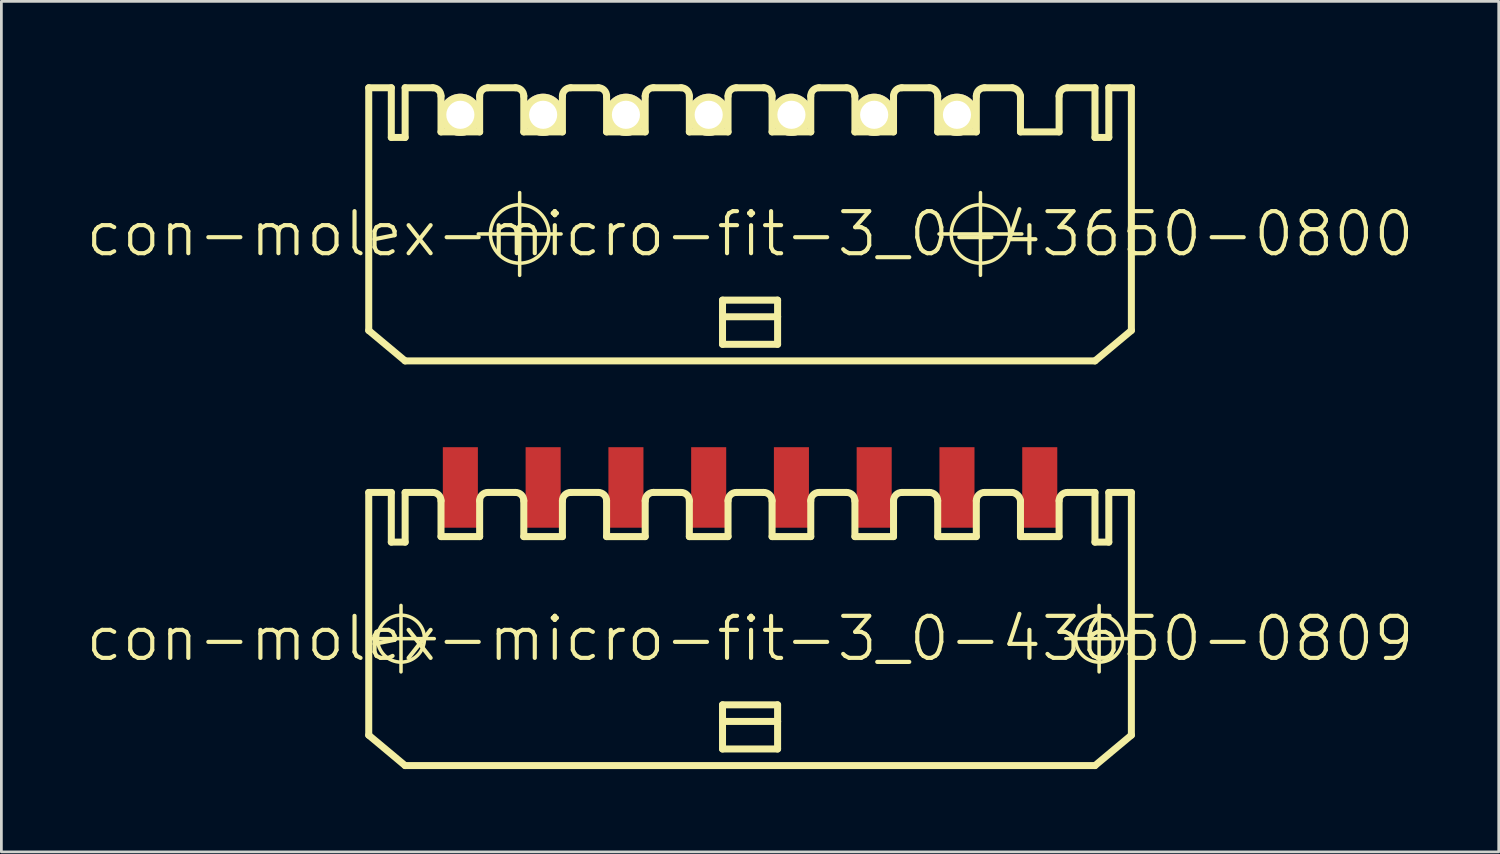
<source format=kicad_pcb>
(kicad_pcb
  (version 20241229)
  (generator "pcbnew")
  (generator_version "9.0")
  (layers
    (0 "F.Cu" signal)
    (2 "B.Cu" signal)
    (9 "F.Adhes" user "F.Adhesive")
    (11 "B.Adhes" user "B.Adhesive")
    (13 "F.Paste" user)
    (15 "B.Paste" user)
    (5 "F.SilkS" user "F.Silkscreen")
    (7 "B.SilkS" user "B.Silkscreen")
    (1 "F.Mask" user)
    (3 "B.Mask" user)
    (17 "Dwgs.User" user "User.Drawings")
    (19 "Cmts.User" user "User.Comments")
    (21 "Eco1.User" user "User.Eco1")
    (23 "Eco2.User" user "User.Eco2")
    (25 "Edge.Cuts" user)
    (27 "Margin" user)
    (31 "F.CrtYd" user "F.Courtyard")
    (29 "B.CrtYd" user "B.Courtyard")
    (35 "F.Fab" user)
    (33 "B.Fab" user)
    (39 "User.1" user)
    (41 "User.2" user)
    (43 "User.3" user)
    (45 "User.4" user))
  (footprint "con-molex-micro-fit-3_0-43650-0809"
    (layer "F.Cu")
    (at 24.13 20.093)
    (property "Reference" "con-molex-micro-fit-3_0-43650-0809" (at 0 0 0) (layer "F.SilkS") (effects (font (size 1.524 1.524) (thickness 0.15))))
    (attr smd)
    (fp_line (start -13.853 0) (end -11.443 0) (stroke (width 0.127) (type solid)) (layer "F.SilkS"))
    (fp_line (start -13.818 -5.298) (end -13 -5.298) (stroke (width 0.254) (type solid)) (layer "F.SilkS"))
    (fp_line (start -13.818 3.498) (end -13.818 -5.298) (stroke (width 0.254) (type solid)) (layer "F.SilkS"))
    (fp_line (start -13.818 3.498) (end -12.499 4.6) (stroke (width 0.254) (type solid)) (layer "F.SilkS"))
    (fp_line (start -13 -5.298) (end -13 -3.498) (stroke (width 0.254) (type solid)) (layer "F.SilkS"))
    (fp_line (start -13 -3.498) (end -12.499 -3.498) (stroke (width 0.254) (type solid)) (layer "F.SilkS"))
    (fp_line (start -12.649 1.204) (end -12.649 -1.204) (stroke (width 0.127) (type solid)) (layer "F.SilkS"))
    (fp_line (start -12.499 -5.298) (end -11.499 -5.298) (stroke (width 0.254) (type solid)) (layer "F.SilkS"))
    (fp_line (start -12.499 -3.498) (end -12.499 -5.298) (stroke (width 0.254) (type solid)) (layer "F.SilkS"))
    (fp_line (start -11.199 -3.698) (end -11.199 -4.999) (stroke (width 0.254) (type solid)) (layer "F.SilkS"))
    (fp_line (start -11.199 -3.698) (end -9.799 -3.698) (stroke (width 0.254) (type solid)) (layer "F.SilkS"))
    (fp_line (start -9.799 -3.698) (end -9.799 -4.999) (stroke (width 0.254) (type solid)) (layer "F.SilkS"))
    (fp_line (start -9.5 -5.298) (end -8.499 -5.298) (stroke (width 0.254) (type solid)) (layer "F.SilkS"))
    (fp_line (start -8.199 -3.698) (end -8.199 -4.999) (stroke (width 0.254) (type solid)) (layer "F.SilkS"))
    (fp_line (start -8.199 -3.698) (end -6.8 -3.698) (stroke (width 0.254) (type solid)) (layer "F.SilkS"))
    (fp_line (start -6.8 -3.698) (end -6.8 -4.999) (stroke (width 0.254) (type solid)) (layer "F.SilkS"))
    (fp_line (start -6.5 -5.298) (end -5.499 -5.298) (stroke (width 0.254) (type solid)) (layer "F.SilkS"))
    (fp_line (start -5.199 -3.698) (end -5.199 -4.999) (stroke (width 0.254) (type solid)) (layer "F.SilkS"))
    (fp_line (start -5.199 -3.698) (end -3.8 -3.698) (stroke (width 0.254) (type solid)) (layer "F.SilkS"))
    (fp_line (start -3.8 -3.698) (end -3.8 -4.999) (stroke (width 0.254) (type solid)) (layer "F.SilkS"))
    (fp_line (start -3.498 -5.298) (end -2.499 -5.298) (stroke (width 0.254) (type solid)) (layer "F.SilkS"))
    (fp_line (start -2.2 -3.698) (end -2.2 -4.999) (stroke (width 0.254) (type solid)) (layer "F.SilkS"))
    (fp_line (start -2.2 -3.698) (end -0.798 -3.698) (stroke (width 0.254) (type solid)) (layer "F.SilkS"))
    (fp_line (start -0.998 2.398) (end 0.998 2.398) (stroke (width 0.254) (type solid)) (layer "F.SilkS"))
    (fp_line (start -0.998 3) (end -0.998 2.398) (stroke (width 0.254) (type solid)) (layer "F.SilkS"))
    (fp_line (start -0.998 3) (end 0.998 3) (stroke (width 0.254) (type solid)) (layer "F.SilkS"))
    (fp_line (start -0.998 3.998) (end -0.998 3) (stroke (width 0.254) (type solid)) (layer "F.SilkS"))
    (fp_line (start -0.798 -3.698) (end -0.798 -4.999) (stroke (width 0.254) (type solid)) (layer "F.SilkS"))
    (fp_line (start -0.498 -5.298) (end 0.498 -5.298) (stroke (width 0.254) (type solid)) (layer "F.SilkS"))
    (fp_line (start 0.798 -3.698) (end 0.798 -4.999) (stroke (width 0.254) (type solid)) (layer "F.SilkS"))
    (fp_line (start 0.798 -3.698) (end 2.2 -3.698) (stroke (width 0.254) (type solid)) (layer "F.SilkS"))
    (fp_line (start 0.998 2.398) (end 0.998 3) (stroke (width 0.254) (type solid)) (layer "F.SilkS"))
    (fp_line (start 0.998 3) (end 0.998 3.998) (stroke (width 0.254) (type solid)) (layer "F.SilkS"))
    (fp_line (start 0.998 3.998) (end -0.998 3.998) (stroke (width 0.254) (type solid)) (layer "F.SilkS"))
    (fp_line (start 2.2 -3.698) (end 2.2 -4.999) (stroke (width 0.254) (type solid)) (layer "F.SilkS"))
    (fp_line (start 2.499 -5.298) (end 3.498 -5.298) (stroke (width 0.254) (type solid)) (layer "F.SilkS"))
    (fp_line (start 3.8 -3.698) (end 3.8 -4.999) (stroke (width 0.254) (type solid)) (layer "F.SilkS"))
    (fp_line (start 3.8 -3.698) (end 5.199 -3.698) (stroke (width 0.254) (type solid)) (layer "F.SilkS"))
    (fp_line (start 5.199 -3.698) (end 5.199 -4.999) (stroke (width 0.254) (type solid)) (layer "F.SilkS"))
    (fp_line (start 5.499 -5.298) (end 6.5 -5.298) (stroke (width 0.254) (type solid)) (layer "F.SilkS"))
    (fp_line (start 6.8 -3.698) (end 6.8 -4.999) (stroke (width 0.254) (type solid)) (layer "F.SilkS"))
    (fp_line (start 6.8 -3.698) (end 8.199 -3.698) (stroke (width 0.254) (type solid)) (layer "F.SilkS"))
    (fp_line (start 8.199 -3.698) (end 8.199 -4.999) (stroke (width 0.254) (type solid)) (layer "F.SilkS"))
    (fp_line (start 8.499 -5.298) (end 9.5 -5.298) (stroke (width 0.254) (type solid)) (layer "F.SilkS"))
    (fp_line (start 9.799 -4.999) (end 9.799 -3.698) (stroke (width 0.254) (type solid)) (layer "F.SilkS"))
    (fp_line (start 9.799 -3.698) (end 11.199 -3.698) (stroke (width 0.254) (type solid)) (layer "F.SilkS"))
    (fp_line (start 11.199 -3.698) (end 11.199 -4.999) (stroke (width 0.254) (type solid)) (layer "F.SilkS"))
    (fp_line (start 11.443 0) (end 13.853 0) (stroke (width 0.127) (type solid)) (layer "F.SilkS"))
    (fp_line (start 11.499 -5.298) (end 12.499 -5.298) (stroke (width 0.254) (type solid)) (layer "F.SilkS"))
    (fp_line (start 12.499 -3.498) (end 12.499 -5.298) (stroke (width 0.254) (type solid)) (layer "F.SilkS"))
    (fp_line (start 12.499 4.6) (end -12.499 4.6) (stroke (width 0.254) (type solid)) (layer "F.SilkS"))
    (fp_line (start 12.649 1.204) (end 12.649 -1.204) (stroke (width 0.127) (type solid)) (layer "F.SilkS"))
    (fp_line (start 13 -5.298) (end 13 -3.498) (stroke (width 0.254) (type solid)) (layer "F.SilkS"))
    (fp_line (start 13 -5.298) (end 13.818 -5.298) (stroke (width 0.254) (type solid)) (layer "F.SilkS"))
    (fp_line (start 13 -3.498) (end 12.499 -3.498) (stroke (width 0.254) (type solid)) (layer "F.SilkS"))
    (fp_line (start 13.818 -5.298) (end 13.818 3.498) (stroke (width 0.254) (type solid)) (layer "F.SilkS"))
    (fp_line (start 13.818 3.498) (end 12.499 4.6) (stroke (width 0.254) (type solid)) (layer "F.SilkS"))
    (fp_arc (start -11.49858 -5.29844) (mid -11.286646 -5.210654) (end -11.19886 -4.99872) (stroke (width 0.254) (type solid)) (layer "F.SilkS"))
    (fp_arc (start -9.79932 -4.99872) (mid -9.711534 -5.210654) (end -9.4996 -5.29844) (stroke (width 0.254) (type solid)) (layer "F.SilkS"))
    (fp_arc (start -8.49884 -5.29844) (mid -8.286906 -5.210654) (end -8.19912 -4.99872) (stroke (width 0.254) (type solid)) (layer "F.SilkS"))
    (fp_arc (start -6.79958 -4.99872) (mid -6.711794 -5.210654) (end -6.49986 -5.29844) (stroke (width 0.254) (type solid)) (layer "F.SilkS"))
    (fp_arc (start -5.4991 -5.29844) (mid -5.287166 -5.210654) (end -5.19938 -4.99872) (stroke (width 0.254) (type solid)) (layer "F.SilkS"))
    (fp_arc (start -3.79984 -4.99872) (mid -3.71131 -5.21245) (end -3.49758 -5.30098) (stroke (width 0.254) (type solid)) (layer "F.SilkS"))
    (fp_arc (start -2.49936 -5.29844) (mid -2.287426 -5.210654) (end -2.19964 -4.99872) (stroke (width 0.254) (type solid)) (layer "F.SilkS"))
    (fp_arc (start -0.79756 -4.99872) (mid -0.709774 -5.210654) (end -0.49784 -5.29844) (stroke (width 0.254) (type solid)) (layer "F.SilkS"))
    (fp_arc (start 0.49784 -5.29844) (mid 0.709774 -5.210654) (end 0.79756 -4.99872) (stroke (width 0.254) (type solid)) (layer "F.SilkS"))
    (fp_arc (start 2.19964 -4.99872) (mid 2.287426 -5.210654) (end 2.49936 -5.29844) (stroke (width 0.254) (type solid)) (layer "F.SilkS"))
    (fp_arc (start 3.49758 -5.29844) (mid 3.709514 -5.210654) (end 3.7973 -4.99872) (stroke (width 0.254) (type solid)) (layer "F.SilkS"))
    (fp_arc (start 5.19938 -4.99872) (mid 5.287166 -5.210654) (end 5.4991 -5.29844) (stroke (width 0.254) (type solid)) (layer "F.SilkS"))
    (fp_arc (start 6.49986 -5.29844) (mid 6.711794 -5.210654) (end 6.79958 -4.99872) (stroke (width 0.254) (type solid)) (layer "F.SilkS"))
    (fp_arc (start 8.19912 -4.99872) (mid 8.286906 -5.210654) (end 8.49884 -5.29844) (stroke (width 0.254) (type solid)) (layer "F.SilkS"))
    (fp_arc (start 9.4996 -5.29844) (mid 9.699665 -5.197943) (end 9.799489 -4.997541) (stroke (width 0.254) (type solid)) (layer "F.SilkS"))
    (fp_arc (start 11.19886 -4.99872) (mid 11.286646 -5.210654) (end 11.49858 -5.29844) (stroke (width 0.254) (type solid)) (layer "F.SilkS"))
    (fp_circle (center -12.649 0) (end -13.251 0.602) (stroke (width 0.127) (type solid)) (fill no) (layer "F.SilkS"))
    (fp_circle (center 12.649 0) (end 13.251 0.602) (stroke (width 0.127) (type solid)) (fill no) (layer "F.SilkS"))
    (pad "P$1" smd rect (at 10.498 -5.479) (size 1.27 2.918) (layers "F.Cu" "F.Mask" "F.Paste"))
    (pad "P$2" smd rect (at 7.498 -5.479) (size 1.27 2.918) (layers "F.Cu" "F.Mask" "F.Paste"))
    (pad "P$3" smd rect (at 4.498 -5.479) (size 1.27 2.918) (layers "F.Cu" "F.Mask" "F.Paste"))
    (pad "P$4" smd rect (at 1.499 -5.479) (size 1.27 2.918) (layers "F.Cu" "F.Mask" "F.Paste"))
    (pad "P$5" smd rect (at -1.499 -5.479) (size 1.27 2.918) (layers "F.Cu" "F.Mask" "F.Paste"))
    (pad "P$6" smd rect (at -4.498 -5.479) (size 1.27 2.918) (layers "F.Cu" "F.Mask" "F.Paste"))
    (pad "P$7" smd rect (at -7.498 -5.479) (size 1.27 2.918) (layers "F.Cu" "F.Mask" "F.Paste"))
    (pad "P$8" smd rect (at -10.498 -5.479) (size 1.27 2.918) (layers "F.Cu" "F.Mask" "F.Paste")))
  (footprint "con-molex-micro-fit-3_0-43650-0800"
    (layer "F.Cu")
    (at 24.13 5.428)
    (property "Reference" "con-molex-micro-fit-3_0-43650-0800" (at 0 0 0) (layer "F.SilkS") (effects (font (size 1.524 1.524) (thickness 0.15))))
    (attr exclude_from_pos_files exclude_from_bom)
    (fp_line (start -13.818 -5.298) (end -13 -5.298) (stroke (width 0.254) (type solid)) (layer "F.SilkS"))
    (fp_line (start -13.818 3.498) (end -13.818 -5.298) (stroke (width 0.254) (type solid)) (layer "F.SilkS"))
    (fp_line (start -13.818 3.498) (end -12.499 4.6) (stroke (width 0.254) (type solid)) (layer "F.SilkS"))
    (fp_line (start -13 -5.298) (end -13 -3.498) (stroke (width 0.254) (type solid)) (layer "F.SilkS"))
    (fp_line (start -13 -3.498) (end -12.499 -3.498) (stroke (width 0.254) (type solid)) (layer "F.SilkS"))
    (fp_line (start -12.499 -5.298) (end -11.499 -5.298) (stroke (width 0.254) (type solid)) (layer "F.SilkS"))
    (fp_line (start -12.499 -3.498) (end -12.499 -5.298) (stroke (width 0.254) (type solid)) (layer "F.SilkS"))
    (fp_line (start -11.199 -3.698) (end -11.199 -4.999) (stroke (width 0.254) (type solid)) (layer "F.SilkS"))
    (fp_line (start -11.199 -3.698) (end -9.799 -3.698) (stroke (width 0.254) (type solid)) (layer "F.SilkS"))
    (fp_line (start -9.848 0) (end -6.848 0) (stroke (width 0.127) (type solid)) (layer "F.SilkS"))
    (fp_line (start -9.799 -3.698) (end -9.799 -4.999) (stroke (width 0.254) (type solid)) (layer "F.SilkS"))
    (fp_line (start -9.5 -5.298) (end -8.499 -5.298) (stroke (width 0.254) (type solid)) (layer "F.SilkS"))
    (fp_line (start -8.349 1.499) (end -8.349 -1.499) (stroke (width 0.127) (type solid)) (layer "F.SilkS"))
    (fp_line (start -8.199 -3.698) (end -8.199 -4.999) (stroke (width 0.254) (type solid)) (layer "F.SilkS"))
    (fp_line (start -8.199 -3.698) (end -6.8 -3.698) (stroke (width 0.254) (type solid)) (layer "F.SilkS"))
    (fp_line (start -6.8 -3.698) (end -6.8 -4.999) (stroke (width 0.254) (type solid)) (layer "F.SilkS"))
    (fp_line (start -6.5 -5.298) (end -5.499 -5.298) (stroke (width 0.254) (type solid)) (layer "F.SilkS"))
    (fp_line (start -5.199 -3.698) (end -5.199 -4.999) (stroke (width 0.254) (type solid)) (layer "F.SilkS"))
    (fp_line (start -5.199 -3.698) (end -3.8 -3.698) (stroke (width 0.254) (type solid)) (layer "F.SilkS"))
    (fp_line (start -3.8 -3.698) (end -3.8 -4.999) (stroke (width 0.254) (type solid)) (layer "F.SilkS"))
    (fp_line (start -3.498 -5.298) (end -2.499 -5.298) (stroke (width 0.254) (type solid)) (layer "F.SilkS"))
    (fp_line (start -2.2 -3.698) (end -2.2 -4.999) (stroke (width 0.254) (type solid)) (layer "F.SilkS"))
    (fp_line (start -2.2 -3.698) (end -0.798 -3.698) (stroke (width 0.254) (type solid)) (layer "F.SilkS"))
    (fp_line (start -0.998 2.398) (end 0.998 2.398) (stroke (width 0.254) (type solid)) (layer "F.SilkS"))
    (fp_line (start -0.998 3) (end -0.998 2.398) (stroke (width 0.254) (type solid)) (layer "F.SilkS"))
    (fp_line (start -0.998 3) (end 0.998 3) (stroke (width 0.254) (type solid)) (layer "F.SilkS"))
    (fp_line (start -0.998 3.998) (end -0.998 3) (stroke (width 0.254) (type solid)) (layer "F.SilkS"))
    (fp_line (start -0.798 -3.698) (end -0.798 -4.999) (stroke (width 0.254) (type solid)) (layer "F.SilkS"))
    (fp_line (start -0.498 -5.298) (end 0.498 -5.298) (stroke (width 0.254) (type solid)) (layer "F.SilkS"))
    (fp_line (start 0.798 -3.698) (end 0.798 -4.999) (stroke (width 0.254) (type solid)) (layer "F.SilkS"))
    (fp_line (start 0.798 -3.698) (end 2.2 -3.698) (stroke (width 0.254) (type solid)) (layer "F.SilkS"))
    (fp_line (start 0.998 2.398) (end 0.998 3) (stroke (width 0.254) (type solid)) (layer "F.SilkS"))
    (fp_line (start 0.998 3) (end 0.998 3.998) (stroke (width 0.254) (type solid)) (layer "F.SilkS"))
    (fp_line (start 0.998 3.998) (end -0.998 3.998) (stroke (width 0.254) (type solid)) (layer "F.SilkS"))
    (fp_line (start 2.2 -3.698) (end 2.2 -4.999) (stroke (width 0.254) (type solid)) (layer "F.SilkS"))
    (fp_line (start 2.499 -5.298) (end 3.498 -5.298) (stroke (width 0.254) (type solid)) (layer "F.SilkS"))
    (fp_line (start 3.8 -3.698) (end 3.8 -4.999) (stroke (width 0.254) (type solid)) (layer "F.SilkS"))
    (fp_line (start 3.8 -3.698) (end 5.199 -3.698) (stroke (width 0.254) (type solid)) (layer "F.SilkS"))
    (fp_line (start 5.199 -3.698) (end 5.199 -4.999) (stroke (width 0.254) (type solid)) (layer "F.SilkS"))
    (fp_line (start 5.499 -5.298) (end 6.5 -5.298) (stroke (width 0.254) (type solid)) (layer "F.SilkS"))
    (fp_line (start 6.8 -3.698) (end 6.8 -4.999) (stroke (width 0.254) (type solid)) (layer "F.SilkS"))
    (fp_line (start 6.8 -3.698) (end 8.199 -3.698) (stroke (width 0.254) (type solid)) (layer "F.SilkS"))
    (fp_line (start 6.848 0) (end 9.848 0) (stroke (width 0.127) (type solid)) (layer "F.SilkS"))
    (fp_line (start 8.199 -3.698) (end 8.199 -4.999) (stroke (width 0.254) (type solid)) (layer "F.SilkS"))
    (fp_line (start 8.349 1.499) (end 8.349 -1.499) (stroke (width 0.127) (type solid)) (layer "F.SilkS"))
    (fp_line (start 8.499 -5.298) (end 9.5 -5.298) (stroke (width 0.254) (type solid)) (layer "F.SilkS"))
    (fp_line (start 9.799 -4.999) (end 9.799 -3.698) (stroke (width 0.254) (type solid)) (layer "F.SilkS"))
    (fp_line (start 9.799 -3.698) (end 11.199 -3.698) (stroke (width 0.254) (type solid)) (layer "F.SilkS"))
    (fp_line (start 11.199 -3.698) (end 11.199 -4.999) (stroke (width 0.254) (type solid)) (layer "F.SilkS"))
    (fp_line (start 11.499 -5.298) (end 12.499 -5.298) (stroke (width 0.254) (type solid)) (layer "F.SilkS"))
    (fp_line (start 12.499 -3.498) (end 12.499 -5.298) (stroke (width 0.254) (type solid)) (layer "F.SilkS"))
    (fp_line (start 12.499 4.6) (end -12.499 4.6) (stroke (width 0.254) (type solid)) (layer "F.SilkS"))
    (fp_line (start 13 -5.298) (end 13 -3.498) (stroke (width 0.254) (type solid)) (layer "F.SilkS"))
    (fp_line (start 13 -5.298) (end 13.818 -5.298) (stroke (width 0.254) (type solid)) (layer "F.SilkS"))
    (fp_line (start 13 -3.498) (end 12.499 -3.498) (stroke (width 0.254) (type solid)) (layer "F.SilkS"))
    (fp_line (start 13.818 -5.298) (end 13.818 3.498) (stroke (width 0.254) (type solid)) (layer "F.SilkS"))
    (fp_line (start 13.818 3.498) (end 12.499 4.6) (stroke (width 0.254) (type solid)) (layer "F.SilkS"))
    (fp_arc (start -11.49858 -5.29844) (mid -11.286646 -5.210654) (end -11.19886 -4.99872) (stroke (width 0.254) (type solid)) (layer "F.SilkS"))
    (fp_arc (start -9.79932 -4.99872) (mid -9.711534 -5.210654) (end -9.4996 -5.29844) (stroke (width 0.254) (type solid)) (layer "F.SilkS"))
    (fp_arc (start -8.49884 -5.29844) (mid -8.286906 -5.210654) (end -8.19912 -4.99872) (stroke (width 0.254) (type solid)) (layer "F.SilkS"))
    (fp_arc (start -6.79958 -4.99872) (mid -6.711794 -5.210654) (end -6.49986 -5.29844) (stroke (width 0.254) (type solid)) (layer "F.SilkS"))
    (fp_arc (start -5.4991 -5.29844) (mid -5.287166 -5.210654) (end -5.19938 -4.99872) (stroke (width 0.254) (type solid)) (layer "F.SilkS"))
    (fp_arc (start -3.79984 -4.99872) (mid -3.71131 -5.21245) (end -3.49758 -5.30098) (stroke (width 0.254) (type solid)) (layer "F.SilkS"))
    (fp_arc (start -2.49936 -5.29844) (mid -2.287426 -5.210654) (end -2.19964 -4.99872) (stroke (width 0.254) (type solid)) (layer "F.SilkS"))
    (fp_arc (start -0.79756 -4.99872) (mid -0.709774 -5.210654) (end -0.49784 -5.29844) (stroke (width 0.254) (type solid)) (layer "F.SilkS"))
    (fp_arc (start 0.49784 -5.29844) (mid 0.709774 -5.210654) (end 0.79756 -4.99872) (stroke (width 0.254) (type solid)) (layer "F.SilkS"))
    (fp_arc (start 2.19964 -4.99872) (mid 2.287426 -5.210654) (end 2.49936 -5.29844) (stroke (width 0.254) (type solid)) (layer "F.SilkS"))
    (fp_arc (start 3.49758 -5.29844) (mid 3.709514 -5.210654) (end 3.7973 -4.99872) (stroke (width 0.254) (type solid)) (layer "F.SilkS"))
    (fp_arc (start 5.19938 -4.99872) (mid 5.287166 -5.210654) (end 5.4991 -5.29844) (stroke (width 0.254) (type solid)) (layer "F.SilkS"))
    (fp_arc (start 6.49986 -5.29844) (mid 6.711794 -5.210654) (end 6.79958 -4.99872) (stroke (width 0.254) (type solid)) (layer "F.SilkS"))
    (fp_arc (start 8.19912 -4.99872) (mid 8.286906 -5.210654) (end 8.49884 -5.29844) (stroke (width 0.254) (type solid)) (layer "F.SilkS"))
    (fp_arc (start 9.4996 -5.29844) (mid 9.699665 -5.197943) (end 9.799489 -4.997541) (stroke (width 0.254) (type solid)) (layer "F.SilkS"))
    (fp_arc (start 11.19886 -4.99872) (mid 11.286646 -5.210654) (end 11.49858 -5.29844) (stroke (width 0.254) (type solid)) (layer "F.SilkS"))
    (fp_circle (center -8.349 0) (end -9.098 0.749) (stroke (width 0.127) (type solid)) (fill no) (layer "F.SilkS"))
    (fp_circle (center 8.349 0) (end 9.098 0.749) (stroke (width 0.127) (type solid)) (fill no) (layer "F.SilkS"))
    (pad "P$1" thru_hole rect (at 10.498 -4.318) (size 0.001 0.001) (drill 1.019) (layers "*.Cu" "F.Mask" "F.SilkS" "F.Paste"))
    (pad "P$2" thru_hole circle (at 7.498 -4.318) (size 1.529 1.529) (drill 1.019) (layers "*.Cu" "F.Mask" "F.SilkS" "F.Paste"))
    (pad "P$3" thru_hole circle (at 4.498 -4.318) (size 1.529 1.529) (drill 1.019) (layers "*.Cu" "F.Mask" "F.SilkS" "F.Paste"))
    (pad "P$4" thru_hole circle (at 1.499 -4.318) (size 1.529 1.529) (drill 1.019) (layers "*.Cu" "F.Mask" "F.SilkS" "F.Paste"))
    (pad "P$5" thru_hole circle (at -1.499 -4.318) (size 1.529 1.529) (drill 1.019) (layers "*.Cu" "F.Mask" "F.SilkS" "F.Paste"))
    (pad "P$6" thru_hole circle (at -4.498 -4.318) (size 1.529 1.529) (drill 1.019) (layers "*.Cu" "F.Mask" "F.SilkS" "F.Paste"))
    (pad "P$7" thru_hole circle (at -7.498 -4.318) (size 1.529 1.529) (drill 1.019) (layers "*.Cu" "F.Mask" "F.SilkS" "F.Paste"))
    (pad "P$8" thru_hole circle (at -10.498 -4.318) (size 1.529 1.529) (drill 1.019) (layers "*.Cu" "F.Mask" "F.SilkS" "F.Paste")))
  (gr_rect
    (start -3 -3)
    (end 51.26 27.82)
    (stroke (width 0.1) (type default))
    (fill no)
    (layer "Edge.Cuts")))
</source>
